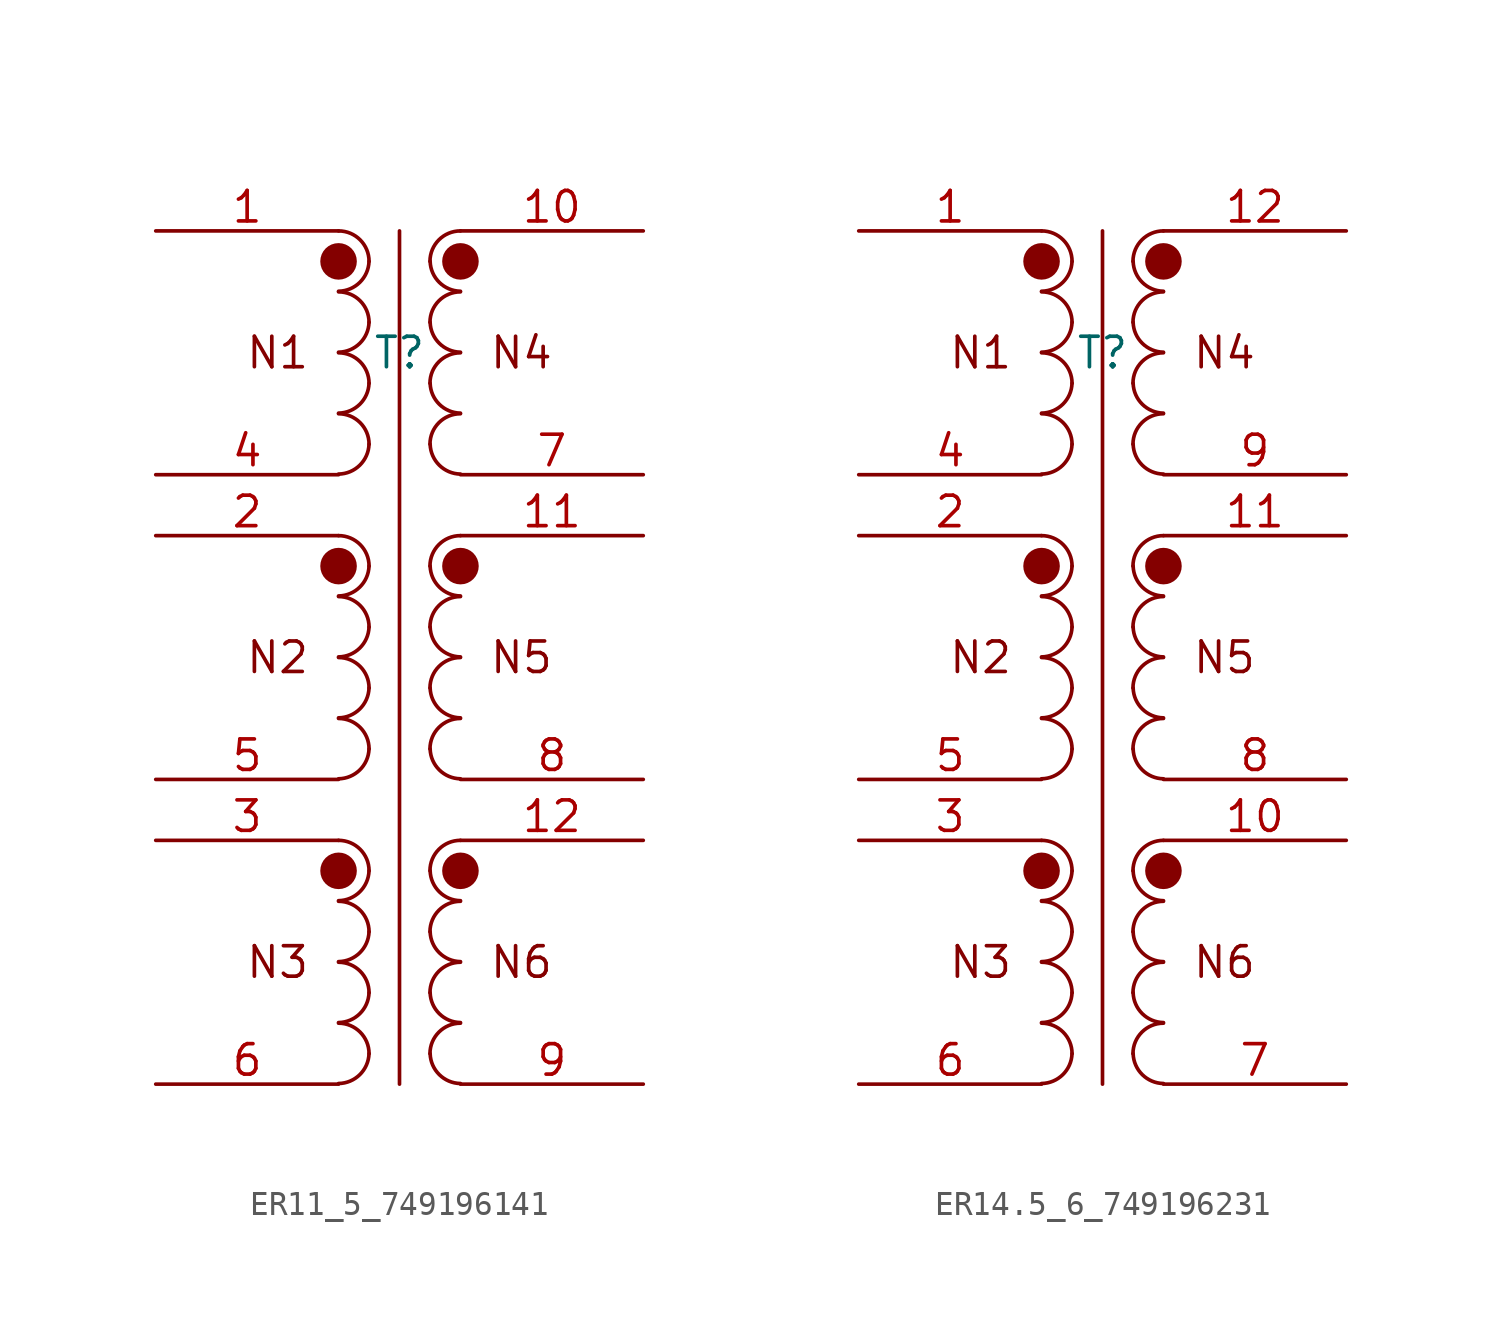
<source format=kicad_sym>
(kicad_symbol_lib
  (version 20220914)
  (generator kicad_symbol_editor)
  (symbol "ER11_5_749196141"
    (pin_names hide)
    (property "Reference" "T"
      (at 0 12.7 0)
      (effects (font (size 1.27 1.27))))
    (property "Critical Parameter" ""
      (at 0 -5.08 0)
      (effects (font (size 1.27 1.27)) (justify left)))
    (symbol "ER11_5_749196141_0_1"
      (arc (start -2.54 -17.7546) (mid -1.6561 -17.3863) (end -1.27 -16.51) (stroke (width 0) (type default)) (fill (type none)))
      (arc (start -2.54 -15.2146) (mid -1.6561 -14.8463) (end -1.27 -13.97) (stroke (width 0) (type default)) (fill (type none)))
      (arc (start -2.54 -12.6746) (mid -1.6561 -12.3063) (end -1.27 -11.43) (stroke (width 0) (type default)) (fill (type none)))
      (arc (start -2.54 -10.1346) (mid -1.6561 -9.7663) (end -1.27 -8.89) (stroke (width 0) (type default)) (fill (type none)))
      (arc (start -2.54 -5.0546) (mid -1.6561 -4.6863) (end -1.27 -3.81) (stroke (width 0) (type default)) (fill (type none)))
      (arc (start -2.54 -2.5146) (mid -1.6561 -2.1463) (end -1.27 -1.27) (stroke (width 0) (type default)) (fill (type none)))
      (arc (start -2.54 0.0254) (mid -1.6561 0.3937) (end -1.27 1.27) (stroke (width 0) (type default)) (fill (type none)))
      (arc (start -2.54 2.5654) (mid -1.6561 2.9337) (end -1.27 3.81) (stroke (width 0) (type default)) (fill (type none)))
      (arc (start -2.54 7.6454) (mid -1.6561 8.0137) (end -1.27 8.89) (stroke (width 0) (type default)) (fill (type none)))
      (arc (start -2.54 10.1854) (mid -1.6561 10.5537) (end -1.27 11.43) (stroke (width 0) (type default)) (fill (type none)))
      (arc (start -2.54 12.7254) (mid -1.6561 13.0937) (end -1.27 13.97) (stroke (width 0) (type default)) (fill (type none)))
      (arc (start -2.54 15.2654) (mid -1.6561 15.6337) (end -1.27 16.51) (stroke (width 0) (type default)) (fill (type none)))
      (arc (start -1.27 -16.51) (mid -1.642 -15.612) (end -2.54 -15.24) (stroke (width 0) (type default)) (fill (type none)))
      (arc (start -1.27 -13.97) (mid -1.642 -13.072) (end -2.54 -12.7) (stroke (width 0) (type default)) (fill (type none)))
      (arc (start -1.27 -11.43) (mid -1.642 -10.532) (end -2.54 -10.16) (stroke (width 0) (type default)) (fill (type none)))
      (arc (start -1.27 -8.89) (mid -1.642 -7.992) (end -2.54 -7.62) (stroke (width 0) (type default)) (fill (type none)))
      (arc (start -1.27 -3.81) (mid -1.642 -2.912) (end -2.54 -2.54) (stroke (width 0) (type default)) (fill (type none)))
      (arc (start -1.27 -1.27) (mid -1.642 -0.372) (end -2.54 0) (stroke (width 0) (type default)) (fill (type none)))
      (arc (start -1.27 1.27) (mid -1.642 2.168) (end -2.54 2.54) (stroke (width 0) (type default)) (fill (type none)))
      (arc (start -1.27 3.81) (mid -1.642 4.708) (end -2.54 5.08) (stroke (width 0) (type default)) (fill (type none)))
      (arc (start -1.27 8.89) (mid -1.642 9.788) (end -2.54 10.16) (stroke (width 0) (type default)) (fill (type none)))
      (arc (start -1.27 11.43) (mid -1.642 12.328) (end -2.54 12.7) (stroke (width 0) (type default)) (fill (type none)))
      (arc (start -1.27 13.97) (mid -1.642 14.868) (end -2.54 15.24) (stroke (width 0) (type default)) (fill (type none)))
      (arc (start -1.27 16.51) (mid -1.642 17.408) (end -2.54 17.78) (stroke (width 0) (type default)) (fill (type none)))
      (polyline (pts (xy 0 -17.78) (xy 0 17.78)) (stroke (width 0) (type default)) (fill (type none)))
      (arc (start 1.27 -16.51) (mid 1.6561 -17.3863) (end 2.54 -17.7546) (stroke (width 0) (type default)) (fill (type none)))
      (arc (start 1.27 -13.97) (mid 1.6561 -14.8463) (end 2.54 -15.2146) (stroke (width 0) (type default)) (fill (type none)))
      (arc (start 1.27 -11.43) (mid 1.6561 -12.3063) (end 2.54 -12.6746) (stroke (width 0) (type default)) (fill (type none)))
      (arc (start 1.27 -8.89) (mid 1.6561 -9.7663) (end 2.54 -10.1346) (stroke (width 0) (type default)) (fill (type none)))
      (arc (start 1.27 -3.81) (mid 1.6561 -4.6863) (end 2.54 -5.0546) (stroke (width 0) (type default)) (fill (type none)))
      (arc (start 1.27 -1.27) (mid 1.6561 -2.1463) (end 2.54 -2.5146) (stroke (width 0) (type default)) (fill (type none)))
      (arc (start 1.27 1.27) (mid 1.6561 0.3937) (end 2.54 0.0254) (stroke (width 0) (type default)) (fill (type none)))
      (arc (start 1.27 3.81) (mid 1.6561 2.9337) (end 2.54 2.5654) (stroke (width 0) (type default)) (fill (type none)))
      (arc (start 1.27 8.89) (mid 1.6561 8.0137) (end 2.54 7.6454) (stroke (width 0) (type default)) (fill (type none)))
      (arc (start 1.27 11.43) (mid 1.6561 10.5537) (end 2.54 10.1854) (stroke (width 0) (type default)) (fill (type none)))
      (arc (start 1.27 13.97) (mid 1.6561 13.0937) (end 2.54 12.7254) (stroke (width 0) (type default)) (fill (type none)))
      (arc (start 1.27 16.51) (mid 1.6561 15.6337) (end 2.54 15.2654) (stroke (width 0) (type default)) (fill (type none)))
      (arc (start 2.54 -15.24) (mid 1.642 -15.612) (end 1.27 -16.51) (stroke (width 0) (type default)) (fill (type none)))
      (arc (start 2.54 -12.7) (mid 1.642 -13.072) (end 1.27 -13.97) (stroke (width 0) (type default)) (fill (type none)))
      (arc (start 2.54 -10.16) (mid 1.642 -10.532) (end 1.27 -11.43) (stroke (width 0) (type default)) (fill (type none)))
      (arc (start 2.54 -7.62) (mid 1.642 -7.992) (end 1.27 -8.89) (stroke (width 0) (type default)) (fill (type none)))
      (arc (start 2.54 -2.54) (mid 1.642 -2.912) (end 1.27 -3.81) (stroke (width 0) (type default)) (fill (type none)))
      (arc (start 2.54 0) (mid 1.642 -0.372) (end 1.27 -1.27) (stroke (width 0) (type default)) (fill (type none)))
      (arc (start 2.54 2.54) (mid 1.642 2.168) (end 1.27 1.27) (stroke (width 0) (type default)) (fill (type none)))
      (arc (start 2.54 5.08) (mid 1.642 4.708) (end 1.27 3.81) (stroke (width 0) (type default)) (fill (type none)))
      (arc (start 2.54 10.16) (mid 1.642 9.788) (end 1.27 8.89) (stroke (width 0) (type default)) (fill (type none)))
      (arc (start 2.54 12.7) (mid 1.642 12.328) (end 1.27 11.43) (stroke (width 0) (type default)) (fill (type none)))
      (arc (start 2.54 15.24) (mid 1.642 14.868) (end 1.27 13.97) (stroke (width 0) (type default)) (fill (type none)))
      (arc (start 2.54 17.78) (mid 1.642 17.408) (end 1.27 16.51) (stroke (width 0) (type default)) (fill (type none))))
    (symbol "ER11_5_749196141_1_1"
      (circle (center -2.54 -8.89) (radius 0.0001) (stroke (width 0.762) (type default)) (fill (type none)))
      (circle (center -2.54 3.81) (radius 0.0001) (stroke (width 0.762) (type default)) (fill (type none)))
      (circle (center -2.54 16.51) (radius 0.0001) (stroke (width 0.762) (type default)) (fill (type none)))
      (circle (center 2.54 -8.89) (radius 0.0001) (stroke (width 0.762) (type default)) (fill (type none)))
      (circle (center 2.54 3.81) (radius 0.0001) (stroke (width 0.762) (type default)) (fill (type none)))
      (circle (center 2.54 16.51) (radius 0.0001) (stroke (width 0.762) (type default)) (fill (type none)))
      (text "N1" (at -5.08 12.7 0) (effects (font (size 1.27 1.27))))
      (text "N2" (at -5.08 0 0) (effects (font (size 1.27 1.27))))
      (text "N3" (at -5.08 -12.7 0) (effects (font (size 1.27 1.27))))
      (text "N4" (at 5.08 12.7 0) (effects (font (size 1.27 1.27))))
      (text "N5" (at 5.08 0 0) (effects (font (size 1.27 1.27))))
      (text "N6" (at 5.08 -12.7 0) (effects (font (size 1.27 1.27))))
      (pin passive line (at -10.16 17.78 0) (length 7.62) (name "1" (effects (font (size 1.27 1.27)))) (number "1" (effects (font (size 1.27 1.27)))))
      (pin passive line (at -10.16 7.62 0) (length 7.62) (name "4" (effects (font (size 1.27 1.27)))) (number "4" (effects (font (size 1.27 1.27)))))
      (pin passive line (at -10.16 5.08 0) (length 7.62) (name "2" (effects (font (size 1.27 1.27)))) (number "2" (effects (font (size 1.27 1.27)))))
      (pin passive line (at -10.16 -5.08 0) (length 7.62) (name "5" (effects (font (size 1.27 1.27)))) (number "5" (effects (font (size 1.27 1.27)))))
      (pin passive line (at -10.16 -7.62 0) (length 7.62) (name "3" (effects (font (size 1.27 1.27)))) (number "3" (effects (font (size 1.27 1.27)))))
      (pin passive line (at -10.16 -17.78 0) (length 7.62) (name "6" (effects (font (size 1.27 1.27)))) (number "6" (effects (font (size 1.27 1.27)))))
      (pin passive line (at 10.16 -17.78 180) (length 7.62) (name "9" (effects (font (size 1.27 1.27)))) (number "9" (effects (font (size 1.27 1.27)))))
      (pin passive line (at 10.16 -7.62 180) (length 7.62) (name "12" (effects (font (size 1.27 1.27)))) (number "12" (effects (font (size 1.27 1.27)))))
      (pin passive line (at 10.16 -5.08 180) (length 7.62) (name "8" (effects (font (size 1.27 1.27)))) (number "8" (effects (font (size 1.27 1.27)))))
      (pin passive line (at 10.16 5.08 180) (length 7.62) (name "11" (effects (font (size 1.27 1.27)))) (number "11" (effects (font (size 1.27 1.27)))))
      (pin passive line (at 10.16 7.62 180) (length 7.62) (name "7" (effects (font (size 1.27 1.27)))) (number "7" (effects (font (size 1.27 1.27)))))
      (pin passive line (at 10.16 17.78 180) (length 7.62) (name "10" (effects (font (size 1.27 1.27)))) (number "10" (effects (font (size 1.27 1.27)))))))
  (symbol "ER14.5_6_749196231"
    (pin_names hide)
    (property "Reference" "T"
      (at 0 12.7 0)
      (effects (font (size 1.27 1.27))))
    (property "Critical Parameter" ""
      (at 0 -5.08 0)
      (effects (font (size 1.27 1.27)) (justify left)))
    (symbol "ER14.5_6_749196231_0_1"
      (arc (start -2.54 -17.7546) (mid -1.6561 -17.3863) (end -1.27 -16.51) (stroke (width 0) (type default)) (fill (type none)))
      (arc (start -2.54 -15.2146) (mid -1.6561 -14.8463) (end -1.27 -13.97) (stroke (width 0) (type default)) (fill (type none)))
      (arc (start -2.54 -12.6746) (mid -1.6561 -12.3063) (end -1.27 -11.43) (stroke (width 0) (type default)) (fill (type none)))
      (arc (start -2.54 -10.1346) (mid -1.6561 -9.7663) (end -1.27 -8.89) (stroke (width 0) (type default)) (fill (type none)))
      (arc (start -2.54 -5.0546) (mid -1.6561 -4.6863) (end -1.27 -3.81) (stroke (width 0) (type default)) (fill (type none)))
      (arc (start -2.54 -2.5146) (mid -1.6561 -2.1463) (end -1.27 -1.27) (stroke (width 0) (type default)) (fill (type none)))
      (arc (start -2.54 0.0254) (mid -1.6561 0.3937) (end -1.27 1.27) (stroke (width 0) (type default)) (fill (type none)))
      (arc (start -2.54 2.5654) (mid -1.6561 2.9337) (end -1.27 3.81) (stroke (width 0) (type default)) (fill (type none)))
      (arc (start -2.54 7.6454) (mid -1.6561 8.0137) (end -1.27 8.89) (stroke (width 0) (type default)) (fill (type none)))
      (arc (start -2.54 10.1854) (mid -1.6561 10.5537) (end -1.27 11.43) (stroke (width 0) (type default)) (fill (type none)))
      (arc (start -2.54 12.7254) (mid -1.6561 13.0937) (end -1.27 13.97) (stroke (width 0) (type default)) (fill (type none)))
      (arc (start -2.54 15.2654) (mid -1.6561 15.6337) (end -1.27 16.51) (stroke (width 0) (type default)) (fill (type none)))
      (arc (start -1.27 -16.51) (mid -1.642 -15.612) (end -2.54 -15.24) (stroke (width 0) (type default)) (fill (type none)))
      (arc (start -1.27 -13.97) (mid -1.642 -13.072) (end -2.54 -12.7) (stroke (width 0) (type default)) (fill (type none)))
      (arc (start -1.27 -11.43) (mid -1.642 -10.532) (end -2.54 -10.16) (stroke (width 0) (type default)) (fill (type none)))
      (arc (start -1.27 -8.89) (mid -1.642 -7.992) (end -2.54 -7.62) (stroke (width 0) (type default)) (fill (type none)))
      (arc (start -1.27 -3.81) (mid -1.642 -2.912) (end -2.54 -2.54) (stroke (width 0) (type default)) (fill (type none)))
      (arc (start -1.27 -1.27) (mid -1.642 -0.372) (end -2.54 0) (stroke (width 0) (type default)) (fill (type none)))
      (arc (start -1.27 1.27) (mid -1.642 2.168) (end -2.54 2.54) (stroke (width 0) (type default)) (fill (type none)))
      (arc (start -1.27 3.81) (mid -1.642 4.708) (end -2.54 5.08) (stroke (width 0) (type default)) (fill (type none)))
      (arc (start -1.27 8.89) (mid -1.642 9.788) (end -2.54 10.16) (stroke (width 0) (type default)) (fill (type none)))
      (arc (start -1.27 11.43) (mid -1.642 12.328) (end -2.54 12.7) (stroke (width 0) (type default)) (fill (type none)))
      (arc (start -1.27 13.97) (mid -1.642 14.868) (end -2.54 15.24) (stroke (width 0) (type default)) (fill (type none)))
      (arc (start -1.27 16.51) (mid -1.642 17.408) (end -2.54 17.78) (stroke (width 0) (type default)) (fill (type none)))
      (polyline (pts (xy 0 -17.78) (xy 0 17.78)) (stroke (width 0) (type default)) (fill (type none)))
      (arc (start 1.27 -16.51) (mid 1.6561 -17.3863) (end 2.54 -17.7546) (stroke (width 0) (type default)) (fill (type none)))
      (arc (start 1.27 -13.97) (mid 1.6561 -14.8463) (end 2.54 -15.2146) (stroke (width 0) (type default)) (fill (type none)))
      (arc (start 1.27 -11.43) (mid 1.6561 -12.3063) (end 2.54 -12.6746) (stroke (width 0) (type default)) (fill (type none)))
      (arc (start 1.27 -8.89) (mid 1.6561 -9.7663) (end 2.54 -10.1346) (stroke (width 0) (type default)) (fill (type none)))
      (arc (start 1.27 -3.81) (mid 1.6561 -4.6863) (end 2.54 -5.0546) (stroke (width 0) (type default)) (fill (type none)))
      (arc (start 1.27 -1.27) (mid 1.6561 -2.1463) (end 2.54 -2.5146) (stroke (width 0) (type default)) (fill (type none)))
      (arc (start 1.27 1.27) (mid 1.6561 0.3937) (end 2.54 0.0254) (stroke (width 0) (type default)) (fill (type none)))
      (arc (start 1.27 3.81) (mid 1.6561 2.9337) (end 2.54 2.5654) (stroke (width 0) (type default)) (fill (type none)))
      (arc (start 1.27 8.89) (mid 1.6561 8.0137) (end 2.54 7.6454) (stroke (width 0) (type default)) (fill (type none)))
      (arc (start 1.27 11.43) (mid 1.6561 10.5537) (end 2.54 10.1854) (stroke (width 0) (type default)) (fill (type none)))
      (arc (start 1.27 13.97) (mid 1.6561 13.0937) (end 2.54 12.7254) (stroke (width 0) (type default)) (fill (type none)))
      (arc (start 1.27 16.51) (mid 1.6561 15.6337) (end 2.54 15.2654) (stroke (width 0) (type default)) (fill (type none)))
      (arc (start 2.54 -15.24) (mid 1.642 -15.612) (end 1.27 -16.51) (stroke (width 0) (type default)) (fill (type none)))
      (arc (start 2.54 -12.7) (mid 1.642 -13.072) (end 1.27 -13.97) (stroke (width 0) (type default)) (fill (type none)))
      (arc (start 2.54 -10.16) (mid 1.642 -10.532) (end 1.27 -11.43) (stroke (width 0) (type default)) (fill (type none)))
      (arc (start 2.54 -7.62) (mid 1.642 -7.992) (end 1.27 -8.89) (stroke (width 0) (type default)) (fill (type none)))
      (arc (start 2.54 -2.54) (mid 1.642 -2.912) (end 1.27 -3.81) (stroke (width 0) (type default)) (fill (type none)))
      (arc (start 2.54 0) (mid 1.642 -0.372) (end 1.27 -1.27) (stroke (width 0) (type default)) (fill (type none)))
      (arc (start 2.54 2.54) (mid 1.642 2.168) (end 1.27 1.27) (stroke (width 0) (type default)) (fill (type none)))
      (arc (start 2.54 5.08) (mid 1.642 4.708) (end 1.27 3.81) (stroke (width 0) (type default)) (fill (type none)))
      (arc (start 2.54 10.16) (mid 1.642 9.788) (end 1.27 8.89) (stroke (width 0) (type default)) (fill (type none)))
      (arc (start 2.54 12.7) (mid 1.642 12.328) (end 1.27 11.43) (stroke (width 0) (type default)) (fill (type none)))
      (arc (start 2.54 15.24) (mid 1.642 14.868) (end 1.27 13.97) (stroke (width 0) (type default)) (fill (type none)))
      (arc (start 2.54 17.78) (mid 1.642 17.408) (end 1.27 16.51) (stroke (width 0) (type default)) (fill (type none))))
    (symbol "ER14.5_6_749196231_1_1"
      (circle (center -2.54 -8.89) (radius 0.0001) (stroke (width 0.762) (type default)) (fill (type none)))
      (circle (center -2.54 3.81) (radius 0.0001) (stroke (width 0.762) (type default)) (fill (type none)))
      (circle (center -2.54 16.51) (radius 0.0001) (stroke (width 0.762) (type default)) (fill (type none)))
      (circle (center 2.54 -8.89) (radius 0.0001) (stroke (width 0.762) (type default)) (fill (type none)))
      (circle (center 2.54 3.81) (radius 0.0001) (stroke (width 0.762) (type default)) (fill (type none)))
      (circle (center 2.54 16.51) (radius 0.0001) (stroke (width 0.762) (type default)) (fill (type none)))
      (text "N1" (at -5.08 12.7 0) (effects (font (size 1.27 1.27))))
      (text "N2" (at -5.08 0 0) (effects (font (size 1.27 1.27))))
      (text "N3" (at -5.08 -12.7 0) (effects (font (size 1.27 1.27))))
      (text "N4" (at 5.08 12.7 0) (effects (font (size 1.27 1.27))))
      (text "N5" (at 5.08 0 0) (effects (font (size 1.27 1.27))))
      (text "N6" (at 5.08 -12.7 0) (effects (font (size 1.27 1.27))))
      (pin passive line (at -10.16 17.78 0) (length 7.62) (name "1" (effects (font (size 1.27 1.27)))) (number "1" (effects (font (size 1.27 1.27)))))
      (pin passive line (at -10.16 7.62 0) (length 7.62) (name "4" (effects (font (size 1.27 1.27)))) (number "4" (effects (font (size 1.27 1.27)))))
      (pin passive line (at -10.16 5.08 0) (length 7.62) (name "2" (effects (font (size 1.27 1.27)))) (number "2" (effects (font (size 1.27 1.27)))))
      (pin passive line (at -10.16 -5.08 0) (length 7.62) (name "5" (effects (font (size 1.27 1.27)))) (number "5" (effects (font (size 1.27 1.27)))))
      (pin passive line (at -10.16 -7.62 0) (length 7.62) (name "3" (effects (font (size 1.27 1.27)))) (number "3" (effects (font (size 1.27 1.27)))))
      (pin passive line (at -10.16 -17.78 0) (length 7.62) (name "6" (effects (font (size 1.27 1.27)))) (number "6" (effects (font (size 1.27 1.27)))))
      (pin passive line (at 10.16 -17.78 180) (length 7.62) (name "7" (effects (font (size 1.27 1.27)))) (number "7" (effects (font (size 1.27 1.27)))))
      (pin passive line (at 10.16 -7.62 180) (length 7.62) (name "10" (effects (font (size 1.27 1.27)))) (number "10" (effects (font (size 1.27 1.27)))))
      (pin passive line (at 10.16 -5.08 180) (length 7.62) (name "8" (effects (font (size 1.27 1.27)))) (number "8" (effects (font (size 1.27 1.27)))))
      (pin passive line (at 10.16 5.08 180) (length 7.62) (name "11" (effects (font (size 1.27 1.27)))) (number "11" (effects (font (size 1.27 1.27)))))
      (pin passive line (at 10.16 7.62 180) (length 7.62) (name "9" (effects (font (size 1.27 1.27)))) (number "9" (effects (font (size 1.27 1.27)))))
      (pin passive line (at 10.16 17.78 180) (length 7.62) (name "12" (effects (font (size 1.27 1.27)))) (number "12" (effects (font (size 1.27 1.27))))))))
</source>
